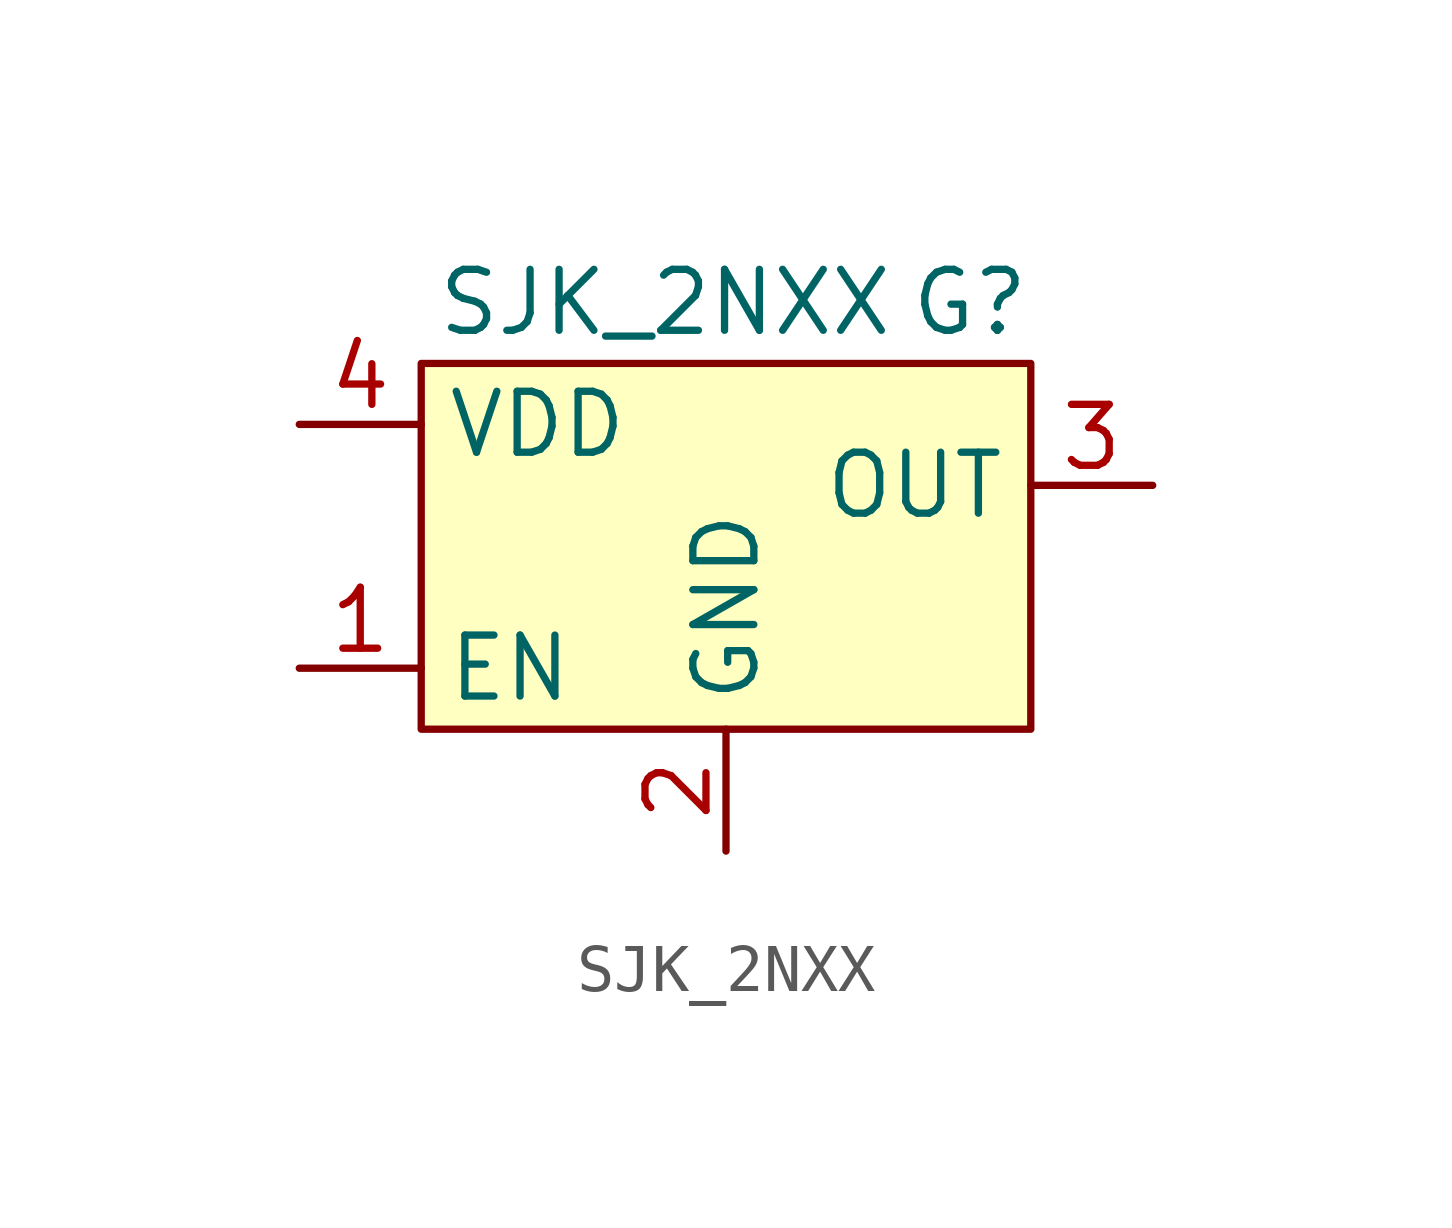
<source format=kicad_sym>
(kicad_symbol_lib
  (version 20220914)
  (generator kicad_symbol_editor)
  (symbol "SJK_2NXX"
    (property "Reference" "G"
      (at 5.08 5.08 0)
      (effects (font (size 1.27 1.27))))
    (property "Value" "SJK_2NXX"
      (at -1.27 5.08 0)
      (effects (font (size 1.27 1.27))))
    (symbol "SJK_2NXX_0_0"
      (pin unspecified line (at -8.89 -2.54 0) (length 2.54) (name "EN" (effects (font (size 1.27 1.27)))) (number "1" (effects (font (size 1.27 1.27)))))
      (pin unspecified line (at 0 -6.35 90) (length 2.54) (name "GND" (effects (font (size 1.27 1.27)))) (number "2" (effects (font (size 1.27 1.27)))))
      (pin unspecified line (at 8.89 1.27 180) (length 2.54) (name "OUT" (effects (font (size 1.27 1.27)))) (number "3" (effects (font (size 1.27 1.27)))))
      (pin unspecified line (at -8.89 2.54 0) (length 2.54) (name "VDD" (effects (font (size 1.27 1.27)))) (number "4" (effects (font (size 1.27 1.27))))))
    (symbol "SJK_2NXX_1_1"
      (rectangle (start -6.35 3.81) (end 6.35 -3.81) (stroke (width 0) (type default)) (fill (type background))))))
</source>
